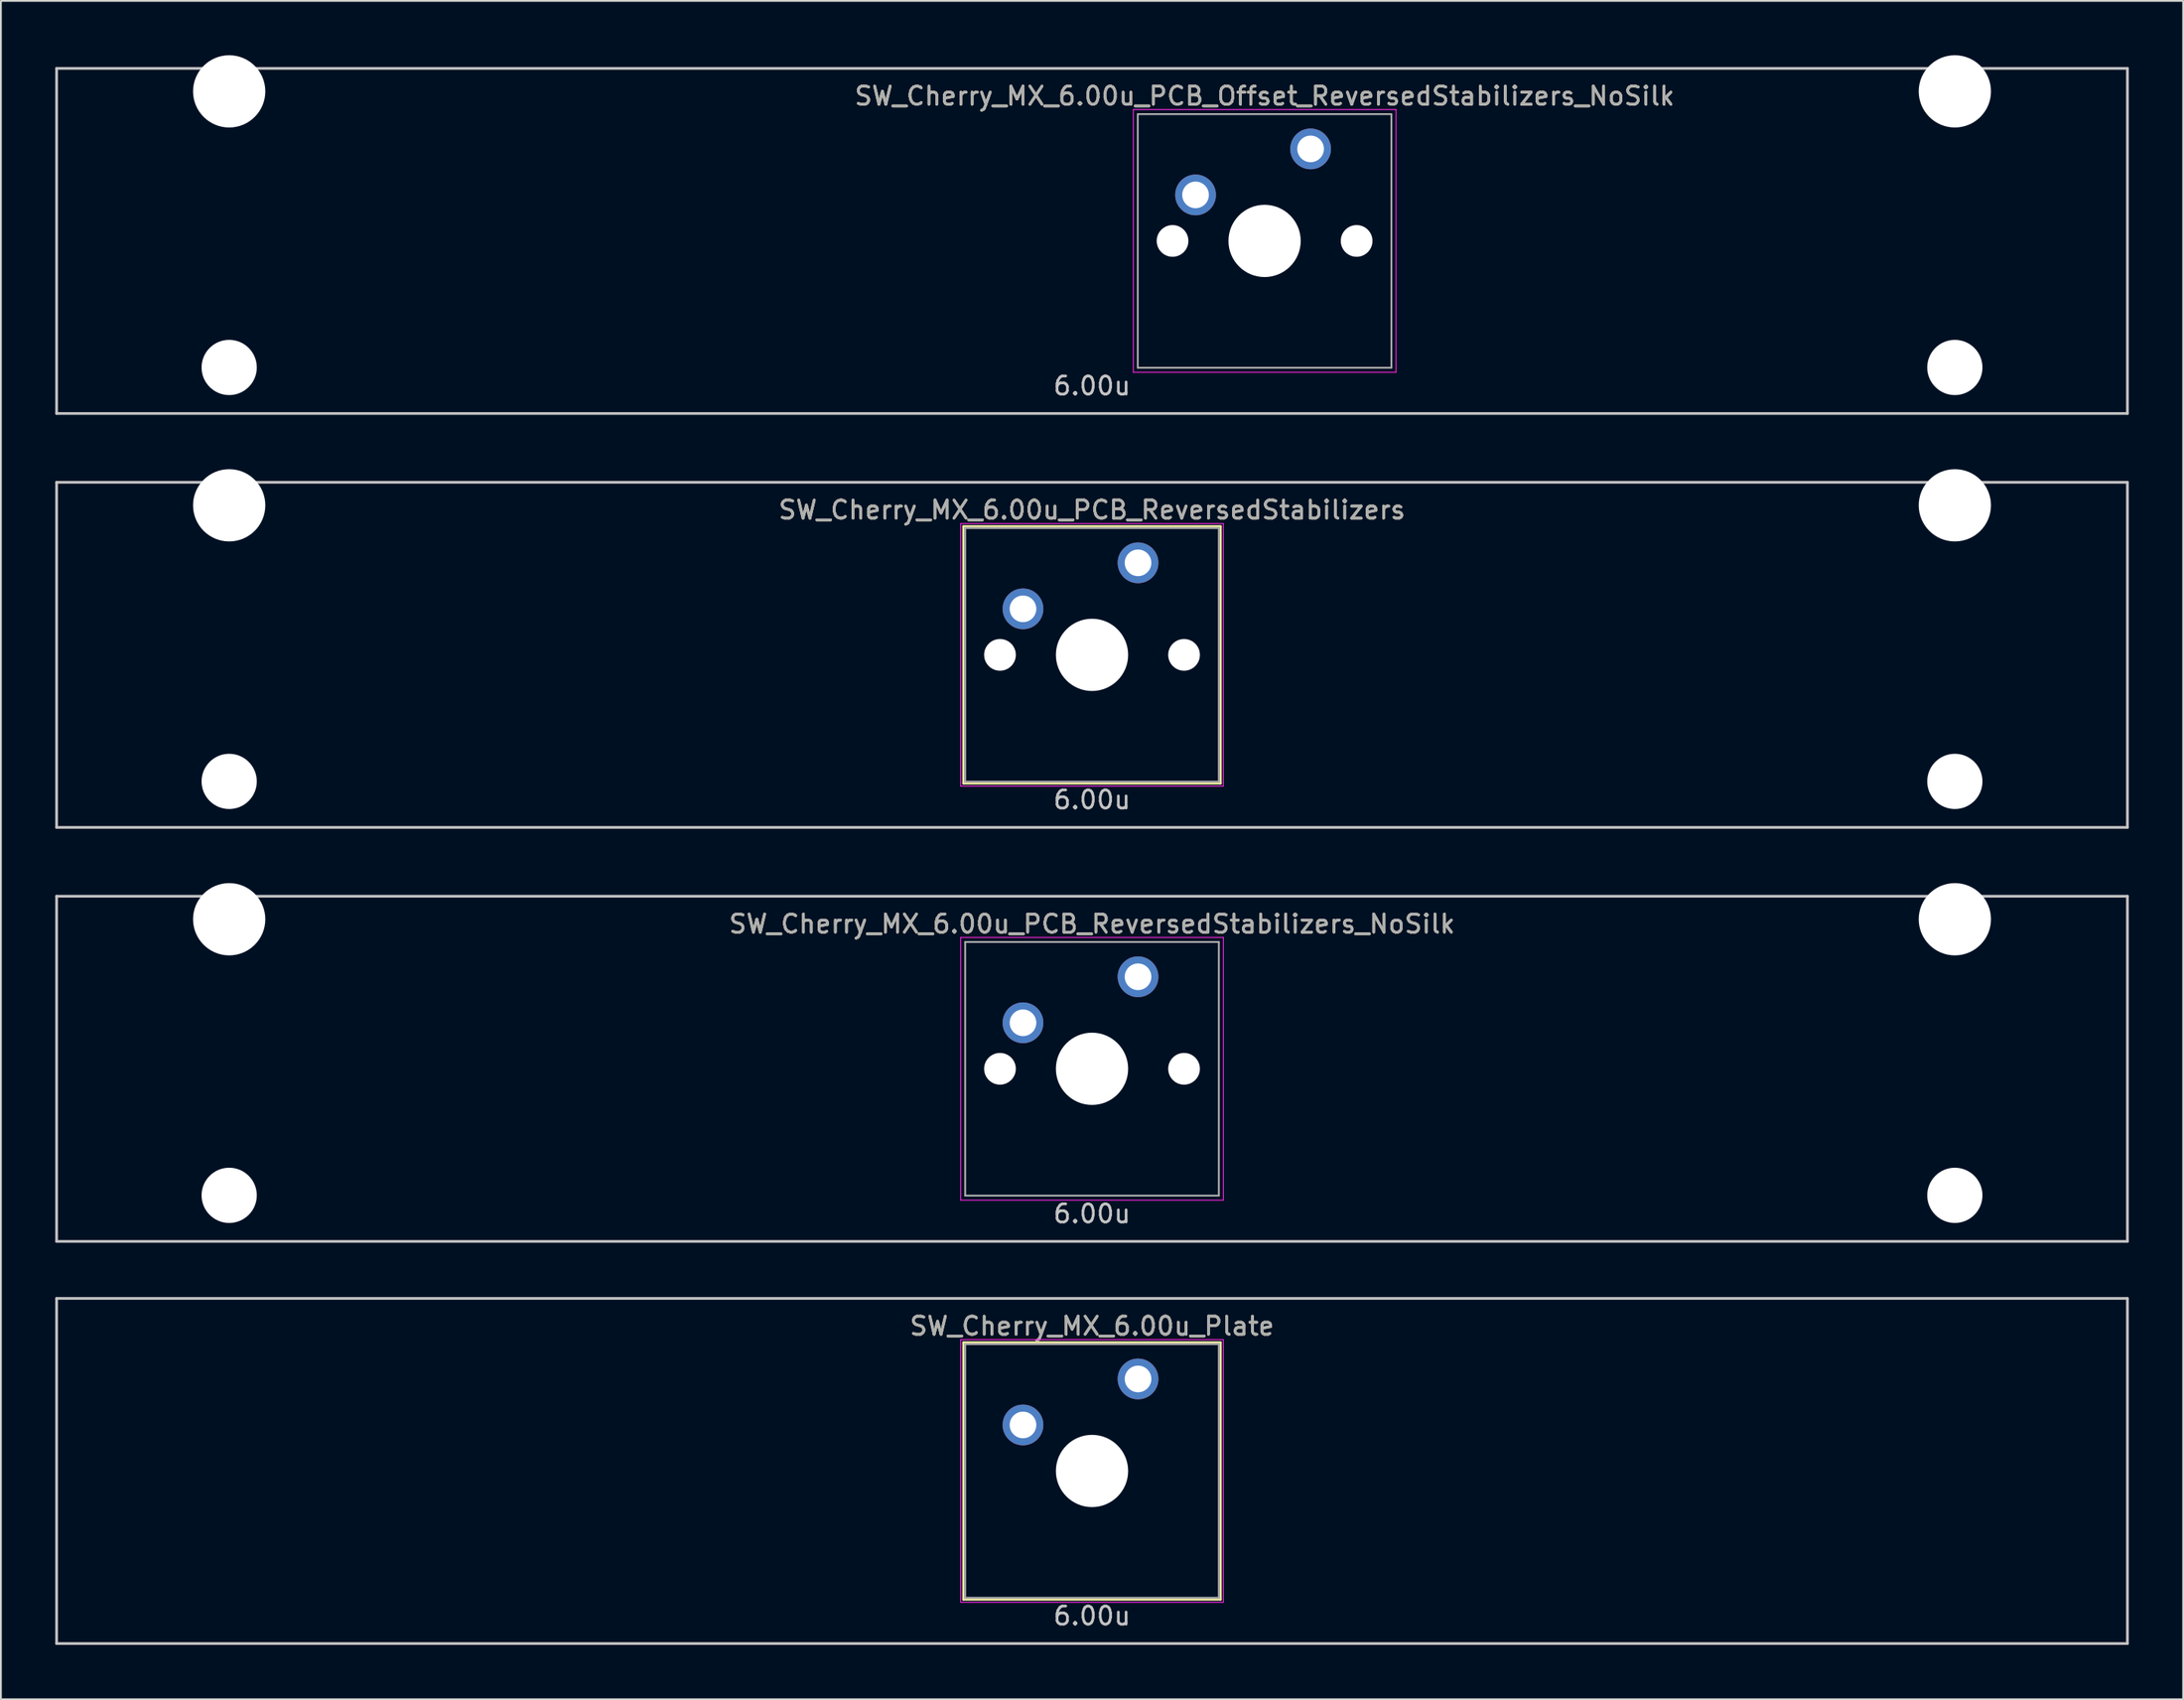
<source format=kicad_pcb>
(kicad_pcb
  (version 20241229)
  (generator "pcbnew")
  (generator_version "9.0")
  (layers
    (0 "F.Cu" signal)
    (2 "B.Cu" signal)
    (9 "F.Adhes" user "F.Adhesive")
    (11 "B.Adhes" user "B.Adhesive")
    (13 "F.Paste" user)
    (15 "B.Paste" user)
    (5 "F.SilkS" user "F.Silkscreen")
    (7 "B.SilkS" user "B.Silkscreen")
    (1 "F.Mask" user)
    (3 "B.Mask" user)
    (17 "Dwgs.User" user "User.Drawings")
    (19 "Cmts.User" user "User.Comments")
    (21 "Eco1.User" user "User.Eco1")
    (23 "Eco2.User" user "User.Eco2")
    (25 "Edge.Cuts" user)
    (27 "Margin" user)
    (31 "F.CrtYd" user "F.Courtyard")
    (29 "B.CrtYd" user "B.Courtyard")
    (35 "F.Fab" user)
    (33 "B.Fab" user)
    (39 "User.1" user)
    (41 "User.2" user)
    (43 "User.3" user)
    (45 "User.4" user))
  (footprint "SW_Cherry_MX_6.00u_Plate"
    (layer "F.Cu")
    (at 57.225 78.147)
    (property "Reference" "SW_Cherry_MX_6.00u_Plate" (at 0 -8 0) (layer "F.SilkS") (effects (font (size 1 1) (thickness 0.15))))
    (attr through_hole)
    (fp_line (start -7.1 -7.1) (end 7.1 -7.1) (stroke (width 0.12) (type solid)) (layer "F.SilkS"))
    (fp_line (start -7.1 7.1) (end -7.1 -7.1) (stroke (width 0.12) (type solid)) (layer "F.SilkS"))
    (fp_line (start 7.1 -7.1) (end 7.1 7.1) (stroke (width 0.12) (type solid)) (layer "F.SilkS"))
    (fp_line (start 7.1 7.1) (end -7.1 7.1) (stroke (width 0.12) (type solid)) (layer "F.SilkS"))
    (fp_line (start -57.15 -9.525) (end 57.15 -9.525) (stroke (width 0.15) (type solid)) (layer "Dwgs.User"))
    (fp_line (start -57.15 9.525) (end -57.15 -9.525) (stroke (width 0.15) (type solid)) (layer "Dwgs.User"))
    (fp_line (start -57.15 9.525) (end 57.15 9.525) (stroke (width 0.15) (type solid)) (layer "Dwgs.User"))
    (fp_line (start 57.15 -9.525) (end 57.15 9.525) (stroke (width 0.15) (type solid)) (layer "Dwgs.User"))
    (fp_line (start -7.25 -7.25) (end 7.25 -7.25) (stroke (width 0.05) (type solid)) (layer "F.CrtYd"))
    (fp_line (start -7.25 7.25) (end -7.25 -7.25) (stroke (width 0.05) (type solid)) (layer "F.CrtYd"))
    (fp_line (start 7.25 -7.25) (end 7.25 7.25) (stroke (width 0.05) (type solid)) (layer "F.CrtYd"))
    (fp_line (start 7.25 7.25) (end -7.25 7.25) (stroke (width 0.05) (type solid)) (layer "F.CrtYd"))
    (fp_line (start -7 -7) (end 7 -7) (stroke (width 0.1) (type solid)) (layer "F.Fab"))
    (fp_line (start -7 7) (end -7 -7) (stroke (width 0.1) (type solid)) (layer "F.Fab"))
    (fp_line (start 7 -7) (end 7 7) (stroke (width 0.1) (type solid)) (layer "F.Fab"))
    (fp_line (start 7 7) (end -7 7) (stroke (width 0.1) (type solid)) (layer "F.Fab"))
    (fp_text user "6.00u" (at 0 8 0) (layer "Dwgs.User") (effects (font (size 1 1) (thickness 0.15))))
    (fp_text user "${REFERENCE}" (at 0 -8 0) (layer "F.Fab") (effects (font (size 1 1) (thickness 0.15))))
    (pad "" np_thru_hole circle (at 0 0) (size 3.988 3.988) (drill 3.988) (layers "*.Cu" "*.Mask"))
    (pad "1" thru_hole circle (at -3.81 -2.54) (size 2.25 2.25) (drill 1.47) (layers "*.Cu" "B.Mask"))
    (pad "2" thru_hole circle (at 2.54 -5.08) (size 2.25 2.25) (drill 1.47) (layers "*.Cu" "B.Mask")))
  (footprint "SW_Cherry_MX_6.00u_PCB_ReversedStabilizers_NoSilk"
    (layer "F.Cu")
    (at 57.225 55.947)
    (property "Reference" "SW_Cherry_MX_6.00u_PCB_ReversedStabilizers_NoSilk" (at 0 -8 0) (layer "F.SilkS") (effects (font (size 1 1) (thickness 0.15))))
    (attr through_hole)
    (fp_line (start -57.15 -9.525) (end 57.15 -9.525) (stroke (width 0.15) (type solid)) (layer "Dwgs.User"))
    (fp_line (start -57.15 9.525) (end -57.15 -9.525) (stroke (width 0.15) (type solid)) (layer "Dwgs.User"))
    (fp_line (start -57.15 9.525) (end 57.15 9.525) (stroke (width 0.15) (type solid)) (layer "Dwgs.User"))
    (fp_line (start 57.15 -9.525) (end 57.15 9.525) (stroke (width 0.15) (type solid)) (layer "Dwgs.User"))
    (fp_line (start -7.25 -7.25) (end 7.25 -7.25) (stroke (width 0.05) (type solid)) (layer "F.CrtYd"))
    (fp_line (start -7.25 7.25) (end -7.25 -7.25) (stroke (width 0.05) (type solid)) (layer "F.CrtYd"))
    (fp_line (start 7.25 -7.25) (end 7.25 7.25) (stroke (width 0.05) (type solid)) (layer "F.CrtYd"))
    (fp_line (start 7.25 7.25) (end -7.25 7.25) (stroke (width 0.05) (type solid)) (layer "F.CrtYd"))
    (fp_line (start -7 -7) (end 7 -7) (stroke (width 0.1) (type solid)) (layer "F.Fab"))
    (fp_line (start -7 7) (end -7 -7) (stroke (width 0.1) (type solid)) (layer "F.Fab"))
    (fp_line (start 7 -7) (end 7 7) (stroke (width 0.1) (type solid)) (layer "F.Fab"))
    (fp_line (start 7 7) (end -7 7) (stroke (width 0.1) (type solid)) (layer "F.Fab"))
    (fp_text user "6.00u" (at 0 8 0) (layer "Dwgs.User") (effects (font (size 1 1) (thickness 0.15))))
    (fp_text user "${REFERENCE}" (at 0 -8 0) (layer "F.Fab") (effects (font (size 1 1) (thickness 0.15))))
    (pad "" np_thru_hole circle (at -47.625 -8.255) (size 3.988 3.988) (drill 3.988) (layers "*.Cu" "*.Mask"))
    (pad "" np_thru_hole circle (at -47.625 6.985) (size 3.048 3.048) (drill 3.048) (layers "*.Cu" "*.Mask"))
    (pad "" np_thru_hole circle (at -5.08 0 48.1) (size 1.75 1.75) (drill 1.75) (layers "*.Cu" "*.Mask"))
    (pad "" np_thru_hole circle (at 0 0) (size 3.988 3.988) (drill 3.988) (layers "*.Cu" "*.Mask"))
    (pad "" np_thru_hole circle (at 5.08 0 48.1) (size 1.75 1.75) (drill 1.75) (layers "*.Cu" "*.Mask"))
    (pad "" np_thru_hole circle (at 47.625 -8.255) (size 3.988 3.988) (drill 3.988) (layers "*.Cu" "*.Mask"))
    (pad "" np_thru_hole circle (at 47.625 6.985) (size 3.048 3.048) (drill 3.048) (layers "*.Cu" "*.Mask"))
    (pad "1" thru_hole circle (at -3.81 -2.54) (size 2.25 2.25) (drill 1.47) (layers "*.Cu" "B.Mask"))
    (pad "2" thru_hole circle (at 2.54 -5.08) (size 2.25 2.25) (drill 1.47) (layers "*.Cu" "B.Mask")))
  (footprint "SW_Cherry_MX_6.00u_PCB_ReversedStabilizers"
    (layer "F.Cu")
    (at 57.225 33.098)
    (property "Reference" "SW_Cherry_MX_6.00u_PCB_ReversedStabilizers" (at 0 -8 0) (layer "F.SilkS") (effects (font (size 1 1) (thickness 0.15))))
    (attr through_hole)
    (fp_line (start -7.1 -7.1) (end 7.1 -7.1) (stroke (width 0.12) (type solid)) (layer "F.SilkS"))
    (fp_line (start -7.1 7.1) (end -7.1 -7.1) (stroke (width 0.12) (type solid)) (layer "F.SilkS"))
    (fp_line (start 7.1 -7.1) (end 7.1 7.1) (stroke (width 0.12) (type solid)) (layer "F.SilkS"))
    (fp_line (start 7.1 7.1) (end -7.1 7.1) (stroke (width 0.12) (type solid)) (layer "F.SilkS"))
    (fp_line (start -57.15 -9.525) (end 57.15 -9.525) (stroke (width 0.15) (type solid)) (layer "Dwgs.User"))
    (fp_line (start -57.15 9.525) (end -57.15 -9.525) (stroke (width 0.15) (type solid)) (layer "Dwgs.User"))
    (fp_line (start -57.15 9.525) (end 57.15 9.525) (stroke (width 0.15) (type solid)) (layer "Dwgs.User"))
    (fp_line (start 57.15 -9.525) (end 57.15 9.525) (stroke (width 0.15) (type solid)) (layer "Dwgs.User"))
    (fp_line (start -7.25 -7.25) (end 7.25 -7.25) (stroke (width 0.05) (type solid)) (layer "F.CrtYd"))
    (fp_line (start -7.25 7.25) (end -7.25 -7.25) (stroke (width 0.05) (type solid)) (layer "F.CrtYd"))
    (fp_line (start 7.25 -7.25) (end 7.25 7.25) (stroke (width 0.05) (type solid)) (layer "F.CrtYd"))
    (fp_line (start 7.25 7.25) (end -7.25 7.25) (stroke (width 0.05) (type solid)) (layer "F.CrtYd"))
    (fp_line (start -7 -7) (end 7 -7) (stroke (width 0.1) (type solid)) (layer "F.Fab"))
    (fp_line (start -7 7) (end -7 -7) (stroke (width 0.1) (type solid)) (layer "F.Fab"))
    (fp_line (start 7 -7) (end 7 7) (stroke (width 0.1) (type solid)) (layer "F.Fab"))
    (fp_line (start 7 7) (end -7 7) (stroke (width 0.1) (type solid)) (layer "F.Fab"))
    (fp_text user "6.00u" (at 0 8 0) (layer "Dwgs.User") (effects (font (size 1 1) (thickness 0.15))))
    (fp_text user "${REFERENCE}" (at 0 -8 0) (layer "F.Fab") (effects (font (size 1 1) (thickness 0.15))))
    (pad "" np_thru_hole circle (at -47.625 -8.255) (size 3.988 3.988) (drill 3.988) (layers "*.Cu" "*.Mask"))
    (pad "" np_thru_hole circle (at -47.625 6.985) (size 3.048 3.048) (drill 3.048) (layers "*.Cu" "*.Mask"))
    (pad "" np_thru_hole circle (at -5.08 0 48.1) (size 1.75 1.75) (drill 1.75) (layers "*.Cu" "*.Mask"))
    (pad "" np_thru_hole circle (at 0 0) (size 3.988 3.988) (drill 3.988) (layers "*.Cu" "*.Mask"))
    (pad "" np_thru_hole circle (at 5.08 0 48.1) (size 1.75 1.75) (drill 1.75) (layers "*.Cu" "*.Mask"))
    (pad "" np_thru_hole circle (at 47.625 -8.255) (size 3.988 3.988) (drill 3.988) (layers "*.Cu" "*.Mask"))
    (pad "" np_thru_hole circle (at 47.625 6.985) (size 3.048 3.048) (drill 3.048) (layers "*.Cu" "*.Mask"))
    (pad "1" thru_hole circle (at -3.81 -2.54) (size 2.25 2.25) (drill 1.47) (layers "*.Cu" "B.Mask"))
    (pad "2" thru_hole circle (at 2.54 -5.08) (size 2.25 2.25) (drill 1.47) (layers "*.Cu" "B.Mask")))
  (footprint "SW_Cherry_MX_6.00u_PCB_Offset_ReversedStabilizers_NoSilk"
    (layer "F.Cu")
    (at 57.225 10.249)
    (property "Reference" "SW_Cherry_MX_6.00u_PCB_Offset_ReversedStabilizers_NoSilk" (at 9.525 -8 0) (layer "F.SilkS") (effects (font (size 1 1) (thickness 0.15))))
    (attr through_hole)
    (fp_line (start -57.15 -9.525) (end 57.15 -9.525) (stroke (width 0.15) (type solid)) (layer "Dwgs.User"))
    (fp_line (start -57.15 9.525) (end -57.15 -9.525) (stroke (width 0.15) (type solid)) (layer "Dwgs.User"))
    (fp_line (start -57.15 9.525) (end 57.15 9.525) (stroke (width 0.15) (type solid)) (layer "Dwgs.User"))
    (fp_line (start 57.15 -9.525) (end 57.15 9.525) (stroke (width 0.15) (type solid)) (layer "Dwgs.User"))
    (fp_line (start 2.28 -7.25) (end 16.78 -7.25) (stroke (width 0.05) (type solid)) (layer "F.CrtYd"))
    (fp_line (start 2.28 7.25) (end 2.28 -7.25) (stroke (width 0.05) (type solid)) (layer "F.CrtYd"))
    (fp_line (start 16.78 -7.25) (end 16.78 7.25) (stroke (width 0.05) (type solid)) (layer "F.CrtYd"))
    (fp_line (start 16.78 7.25) (end 2.28 7.25) (stroke (width 0.05) (type solid)) (layer "F.CrtYd"))
    (fp_line (start 2.525 -7) (end 16.525 -7) (stroke (width 0.1) (type solid)) (layer "F.Fab"))
    (fp_line (start 2.525 7) (end 2.525 -7) (stroke (width 0.1) (type solid)) (layer "F.Fab"))
    (fp_line (start 16.525 -7) (end 16.525 7) (stroke (width 0.1) (type solid)) (layer "F.Fab"))
    (fp_line (start 16.525 7) (end 2.525 7) (stroke (width 0.1) (type solid)) (layer "F.Fab"))
    (fp_text user "6.00u" (at 0 8 0) (layer "Dwgs.User") (effects (font (size 1 1) (thickness 0.15))))
    (fp_text user "${REFERENCE}" (at 9.525 -8 0) (layer "F.Fab") (effects (font (size 1 1) (thickness 0.15))))
    (pad "" np_thru_hole circle (at -47.625 -8.255) (size 3.988 3.988) (drill 3.988) (layers "*.Cu" "*.Mask"))
    (pad "" np_thru_hole circle (at -47.625 6.985) (size 3.048 3.048) (drill 3.048) (layers "*.Cu" "*.Mask"))
    (pad "" np_thru_hole circle (at 4.445 0 48.1) (size 1.75 1.75) (drill 1.75) (layers "*.Cu" "*.Mask"))
    (pad "" np_thru_hole circle (at 9.525 0) (size 3.988 3.988) (drill 3.988) (layers "*.Cu" "*.Mask"))
    (pad "" np_thru_hole circle (at 14.605 0 48.1) (size 1.75 1.75) (drill 1.75) (layers "*.Cu" "*.Mask"))
    (pad "" np_thru_hole circle (at 47.625 -8.255) (size 3.988 3.988) (drill 3.988) (layers "*.Cu" "*.Mask"))
    (pad "" np_thru_hole circle (at 47.625 6.985) (size 3.048 3.048) (drill 3.048) (layers "*.Cu" "*.Mask"))
    (pad "1" thru_hole circle (at 5.715 -2.54) (size 2.25 2.25) (drill 1.47) (layers "*.Cu" "B.Mask"))
    (pad "2" thru_hole circle (at 12.065 -5.08) (size 2.25 2.25) (drill 1.47) (layers "*.Cu" "B.Mask")))
  (gr_rect
    (start -3 -3)
    (end 117.45 90.747)
    (stroke (width 0.1) (type default))
    (fill no)
    (layer "Edge.Cuts")))
</source>
